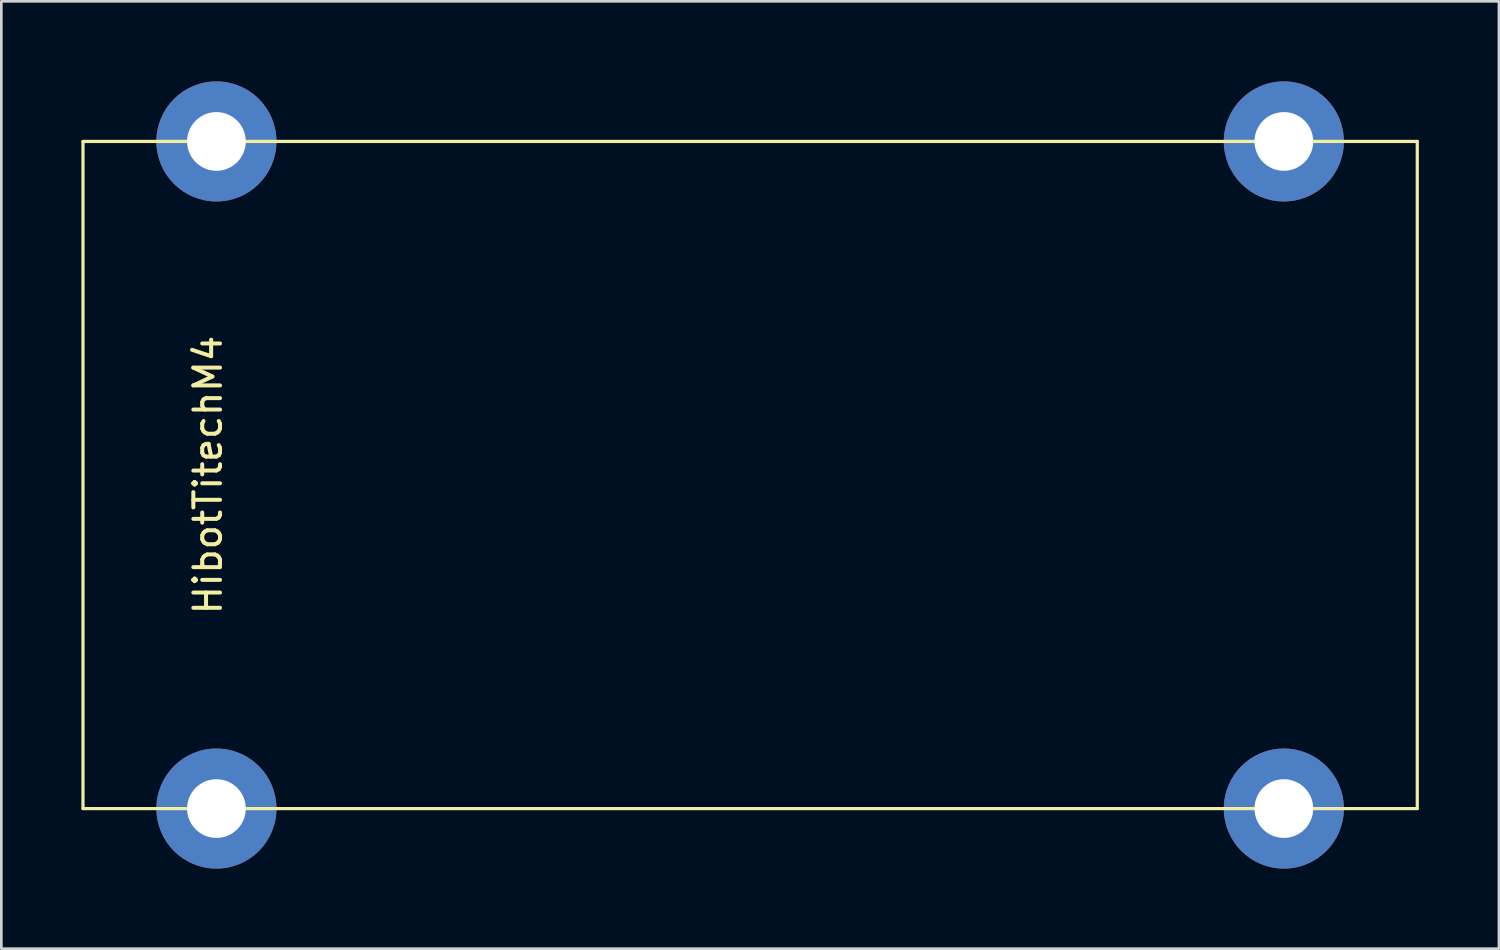
<source format=kicad_pcb>
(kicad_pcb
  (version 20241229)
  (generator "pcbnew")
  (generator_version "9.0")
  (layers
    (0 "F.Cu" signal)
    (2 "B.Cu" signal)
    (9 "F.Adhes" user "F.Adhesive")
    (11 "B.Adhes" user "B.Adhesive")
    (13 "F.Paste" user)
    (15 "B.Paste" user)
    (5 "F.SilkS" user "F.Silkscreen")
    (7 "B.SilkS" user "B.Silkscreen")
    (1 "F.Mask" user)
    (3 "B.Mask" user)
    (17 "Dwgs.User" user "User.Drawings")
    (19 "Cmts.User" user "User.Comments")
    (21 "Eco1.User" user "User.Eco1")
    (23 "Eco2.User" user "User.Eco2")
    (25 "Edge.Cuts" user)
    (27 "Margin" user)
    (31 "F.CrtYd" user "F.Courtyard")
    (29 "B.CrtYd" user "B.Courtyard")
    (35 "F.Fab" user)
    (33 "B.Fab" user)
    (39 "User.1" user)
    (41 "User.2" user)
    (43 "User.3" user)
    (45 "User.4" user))
  (footprint "HibotTitechM4"
    (layer "F.Cu")
    (at 25.06 14.75)
    (property "Reference" "HibotTitechM4" (at -20.32 0 90) (layer "F.SilkS") (effects (font (size 1 1) (thickness 0.15))))
    (attr through_hole)
    (fp_line (start -25 -12.5) (end 25 -12.5) (stroke (width 0.12) (type solid)) (layer "F.SilkS"))
    (fp_line (start -25 12.5) (end -25 -12.5) (stroke (width 0.12) (type solid)) (layer "F.SilkS"))
    (fp_line (start 25 -12.5) (end 25 12.5) (stroke (width 0.12) (type solid)) (layer "F.SilkS"))
    (fp_line (start 25 12.5) (end -25 12.5) (stroke (width 0.12) (type solid)) (layer "F.SilkS"))
    (pad "" thru_hole circle (at -20 -12.5) (size 4.5 4.5) (drill 2.2) (layers "*.Cu" "*.Mask"))
    (pad "" thru_hole circle (at -20 12.5) (size 4.5 4.5) (drill 2.2) (layers "*.Cu" "*.Mask"))
    (pad "" thru_hole circle (at 20 -12.5) (size 4.5 4.5) (drill 2.2) (layers "*.Cu" "*.Mask"))
    (pad "" thru_hole circle (at 20 12.5) (size 4.5 4.5) (drill 2.2) (layers "*.Cu" "*.Mask")))
  (gr_rect
    (start -3 -3)
    (end 53.12 32.5)
    (stroke (width 0.1) (type default))
    (fill no)
    (layer "Edge.Cuts")))
</source>
